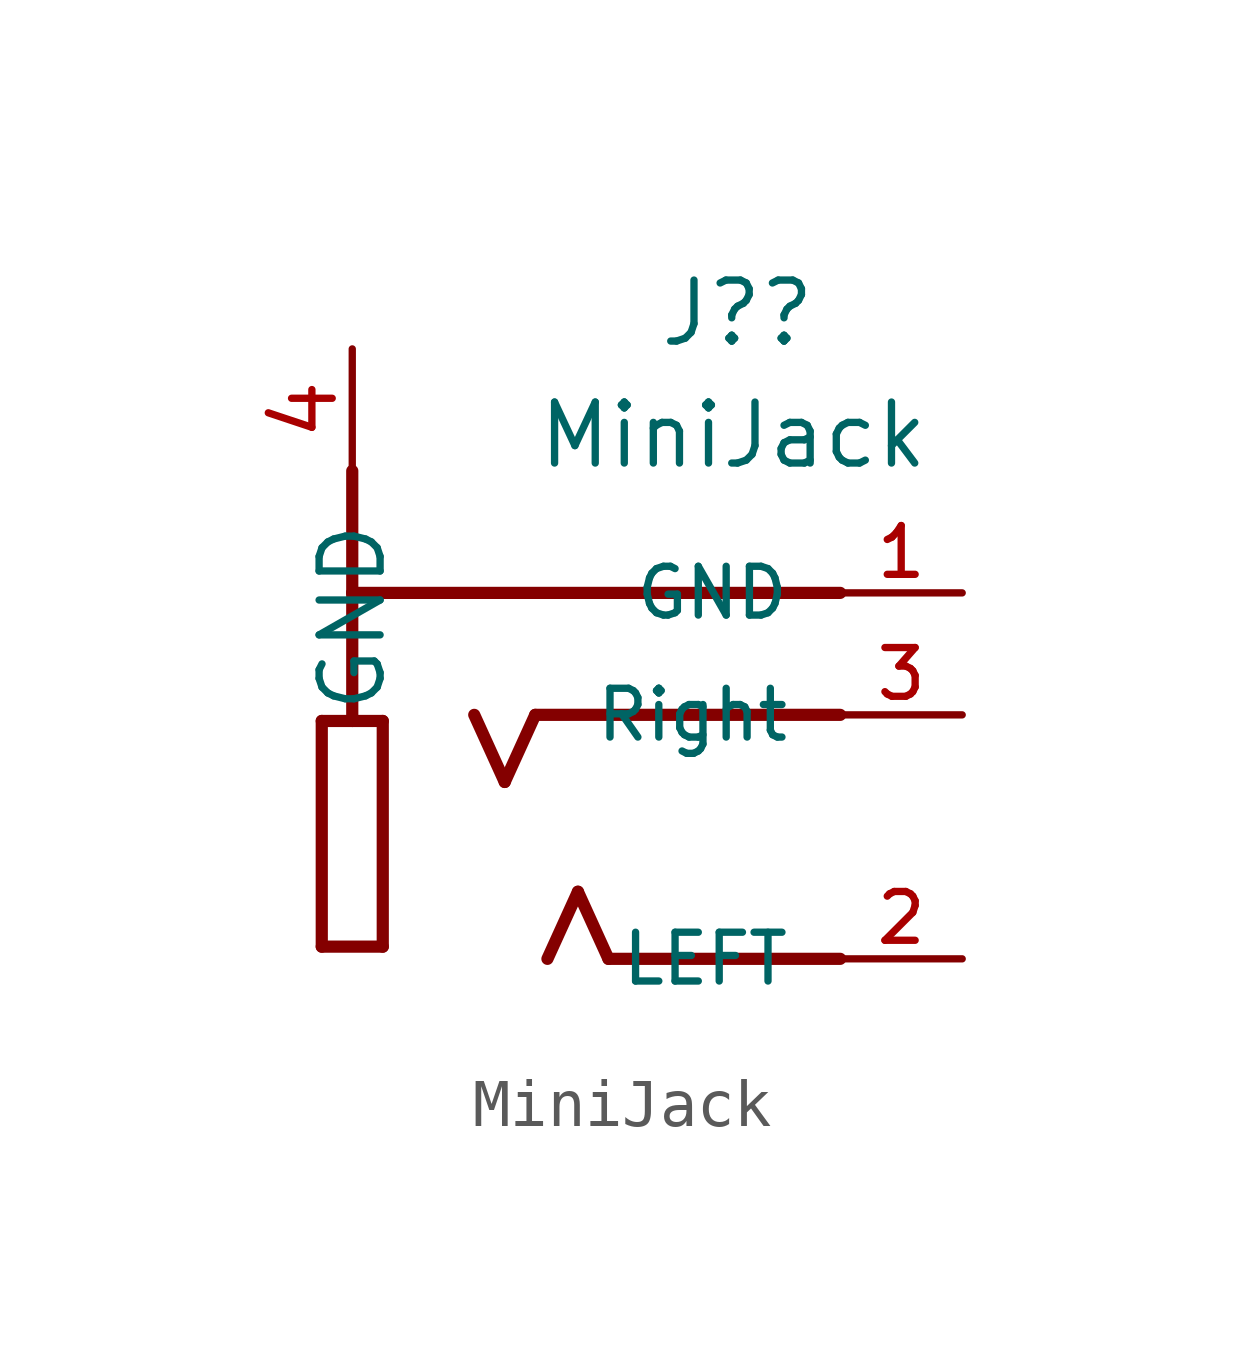
<source format=kicad_sym>
(kicad_symbol_lib
  (version 20211014)
  (generator kicad_symbol_editor)
  (symbol "MiniJack"
    (pin_names
      (offset 1.016))
    (property "Reference" "J?"
      (at 1.27 10.16 0)
      (effects (font (size 1.27 1.27)) (justify left bottom)))
    (property "Value" "MiniJack"
      (at -1.27 7.62 0)
      (effects (font (size 1.27 1.27)) (justify left bottom)))
    (symbol "MiniJack_0_0"
      (polyline (pts (xy -5.715 -2.286) (xy -5.715 2.413)) (stroke (width 0.254) (type default) (color 0 0 0 0)) (fill (type none)))
      (polyline (pts (xy -5.715 2.413) (xy -5.08 2.413)) (stroke (width 0.254) (type default) (color 0 0 0 0)) (fill (type none)))
      (polyline (pts (xy -5.08 2.413) (xy -4.445 2.413)) (stroke (width 0.254) (type default) (color 0 0 0 0)) (fill (type none)))
      (polyline (pts (xy -5.08 5.08) (xy -5.08 2.413)) (stroke (width 0.254) (type default) (color 0 0 0 0)) (fill (type none)))
      (polyline (pts (xy -4.445 -2.286) (xy -5.715 -2.286)) (stroke (width 0.254) (type default) (color 0 0 0 0)) (fill (type none)))
      (polyline (pts (xy -4.445 2.413) (xy -4.445 -2.286)) (stroke (width 0.254) (type default) (color 0 0 0 0)) (fill (type none)))
      (polyline (pts (xy -1.905 1.143) (xy -2.54 2.54)) (stroke (width 0.254) (type default) (color 0 0 0 0)) (fill (type none)))
      (polyline (pts (xy -1.27 2.54) (xy -1.905 1.143)) (stroke (width 0.254) (type default) (color 0 0 0 0)) (fill (type none)))
      (polyline (pts (xy -0.381 -1.143) (xy -1.016 -2.54)) (stroke (width 0.254) (type default) (color 0 0 0 0)) (fill (type none)))
      (polyline (pts (xy 0.254 -2.54) (xy -0.381 -1.143)) (stroke (width 0.254) (type default) (color 0 0 0 0)) (fill (type none)))
      (polyline (pts (xy 5.08 -2.54) (xy 0.254 -2.54)) (stroke (width 0.254) (type default) (color 0 0 0 0)) (fill (type none)))
      (polyline (pts (xy 5.08 2.54) (xy -1.27 2.54)) (stroke (width 0.254) (type default) (color 0 0 0 0)) (fill (type none)))
      (polyline (pts (xy 5.08 5.08) (xy -5.08 5.08)) (stroke (width 0.254) (type default) (color 0 0 0 0)) (fill (type none)))
      (pin passive line (at 7.62 5.08 180) (length 2.54) (name "GND" (effects (font (size 1.016 1.016)))) (number "1" (effects (font (size 1.016 1.016)))))
      (pin input line (at 7.62 -2.54 180) (length 2.54) (name "LEFT" (effects (font (size 1.016 1.016)))) (number "2" (effects (font (size 1.016 1.016)))))
      (pin input line (at 7.62 2.54 180) (length 2.54) (name "Right" (effects (font (size 1.016 1.016)))) (number "3" (effects (font (size 1.016 1.016))))))
    (symbol "MiniJack_0_1"
      (polyline (pts (xy -5.08 5.08) (xy -5.08 7.62)) (stroke (width 0.254) (type default) (color 0 0 0 0)) (fill (type none))))
    (symbol "MiniJack_1_1"
      (pin passive line (at -5.08 10.16 270) (length 2.54) (name "GND" (effects (font (size 1.27 1.27)))) (number "4" (effects (font (size 1.27 1.27))))))))
</source>
